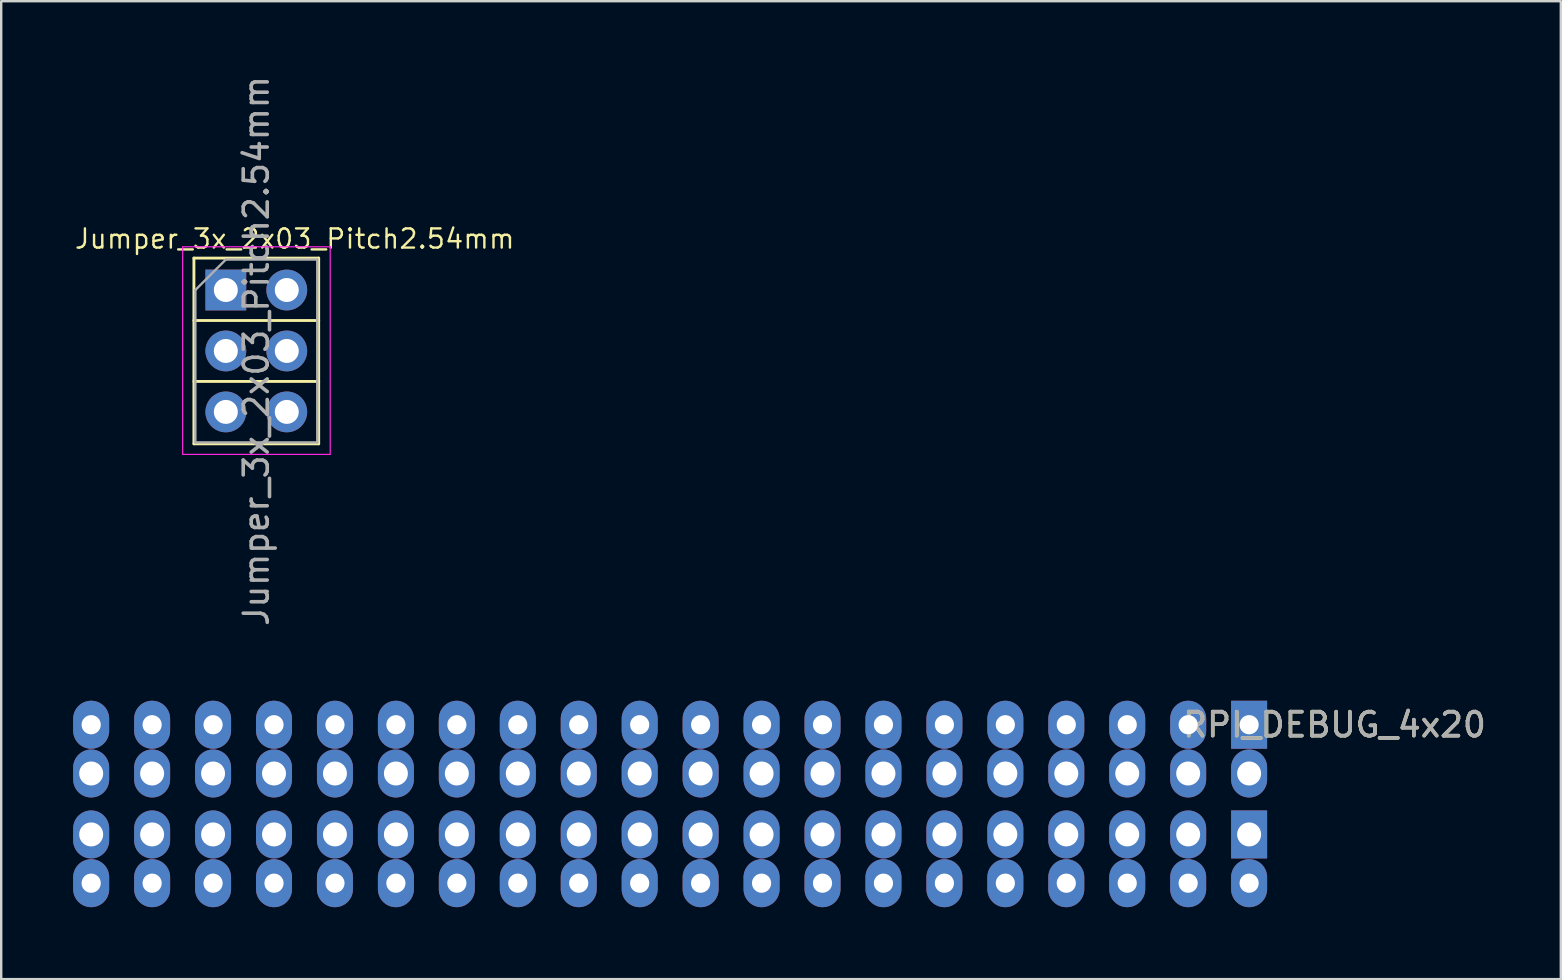
<source format=kicad_pcb>
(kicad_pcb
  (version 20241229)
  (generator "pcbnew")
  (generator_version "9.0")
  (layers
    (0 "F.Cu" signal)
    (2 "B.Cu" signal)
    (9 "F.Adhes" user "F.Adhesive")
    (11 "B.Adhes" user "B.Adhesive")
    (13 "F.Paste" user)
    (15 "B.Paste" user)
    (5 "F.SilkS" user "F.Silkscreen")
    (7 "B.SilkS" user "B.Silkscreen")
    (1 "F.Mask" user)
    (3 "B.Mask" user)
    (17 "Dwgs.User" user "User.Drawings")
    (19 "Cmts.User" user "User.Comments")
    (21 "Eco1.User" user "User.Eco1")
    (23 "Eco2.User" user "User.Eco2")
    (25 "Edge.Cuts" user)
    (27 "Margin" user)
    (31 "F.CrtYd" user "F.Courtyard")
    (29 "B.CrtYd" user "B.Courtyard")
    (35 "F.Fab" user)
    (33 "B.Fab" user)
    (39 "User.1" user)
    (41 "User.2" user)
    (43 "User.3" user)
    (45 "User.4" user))
  (footprint "RPI_DEBUG_4x20"
    (layer "F.Cu")
    (at 49.01 29.187)
    (property "Reference" "RPI_DEBUG_4x20" (at 3.556 -2.032 0) (layer "F.SilkS") (effects (font (size 1 1) (thickness 0.15))))
    (attr through_hole)
    (fp_text user "${REFERENCE}" (at 3.556 -2.032 0) (layer "F.Fab") (effects (font (size 1 1) (thickness 0.15))))
    (pad "1" thru_hole rect (at 0 -2.032) (size 1.5 2) (drill 0.8) (layers "*.Cu" "*.Mask"))
    (pad "1" thru_hole oval (at 0 0) (size 1.5 2) (drill 1) (layers "*.Cu" "*.Mask"))
    (pad "2" thru_hole rect (at 0 2.54) (size 1.5 2) (drill 1) (layers "*.Cu" "*.Mask"))
    (pad "2" thru_hole oval (at 0 4.572) (size 1.5 2) (drill 0.8) (layers "*.Cu" "*.Mask"))
    (pad "3" thru_hole oval (at -2.54 -2.032) (size 1.5 2) (drill 0.8) (layers "*.Cu" "*.Mask"))
    (pad "3" thru_hole oval (at -2.54 0) (size 1.5 2) (drill 1) (layers "*.Cu" "*.Mask"))
    (pad "4" thru_hole oval (at -2.54 2.54) (size 1.5 2) (drill 1) (layers "*.Cu" "*.Mask"))
    (pad "4" thru_hole oval (at -2.54 4.572) (size 1.5 2) (drill 0.8) (layers "*.Cu" "*.Mask"))
    (pad "5" thru_hole oval (at -5.08 -2.032) (size 1.5 2) (drill 0.8) (layers "*.Cu" "*.Mask"))
    (pad "5" thru_hole oval (at -5.08 0) (size 1.5 2) (drill 1) (layers "*.Cu" "*.Mask"))
    (pad "6" thru_hole oval (at -5.08 2.54) (size 1.5 2) (drill 1) (layers "*.Cu" "*.Mask"))
    (pad "6" thru_hole oval (at -5.08 4.572) (size 1.5 2) (drill 0.8) (layers "*.Cu" "*.Mask"))
    (pad "7" thru_hole oval (at -7.62 -2.032) (size 1.5 2) (drill 0.8) (layers "*.Cu" "*.Mask"))
    (pad "7" thru_hole oval (at -7.62 0) (size 1.5 2) (drill 1) (layers "*.Cu" "*.Mask"))
    (pad "8" thru_hole oval (at -7.62 2.54) (size 1.5 2) (drill 1) (layers "*.Cu" "*.Mask"))
    (pad "8" thru_hole oval (at -7.62 4.572) (size 1.5 2) (drill 0.8) (layers "*.Cu" "*.Mask"))
    (pad "9" thru_hole oval (at -10.16 -2.032) (size 1.5 2) (drill 0.8) (layers "*.Cu" "*.Mask"))
    (pad "9" thru_hole oval (at -10.16 0) (size 1.5 2) (drill 1) (layers "*.Cu" "*.Mask"))
    (pad "10" thru_hole oval (at -10.16 2.54) (size 1.5 2) (drill 1) (layers "*.Cu" "*.Mask"))
    (pad "10" thru_hole oval (at -10.16 4.572) (size 1.5 2) (drill 0.8) (layers "*.Cu" "*.Mask"))
    (pad "11" thru_hole oval (at -12.7 -2.032) (size 1.5 2) (drill 0.8) (layers "*.Cu" "*.Mask"))
    (pad "11" thru_hole oval (at -12.7 0) (size 1.5 2) (drill 1) (layers "*.Cu" "*.Mask"))
    (pad "12" thru_hole oval (at -12.7 2.54) (size 1.5 2) (drill 1) (layers "*.Cu" "*.Mask"))
    (pad "12" thru_hole oval (at -12.7 4.572) (size 1.5 2) (drill 0.8) (layers "*.Cu" "*.Mask"))
    (pad "13" thru_hole oval (at -15.24 -2.032) (size 1.5 2) (drill 0.8) (layers "*.Cu" "*.Mask"))
    (pad "13" thru_hole oval (at -15.24 0) (size 1.5 2) (drill 1) (layers "*.Cu" "*.Mask"))
    (pad "14" thru_hole oval (at -15.24 2.54) (size 1.5 2) (drill 1) (layers "*.Cu" "*.Mask"))
    (pad "14" thru_hole oval (at -15.24 4.572) (size 1.5 2) (drill 0.8) (layers "*.Cu" "*.Mask"))
    (pad "15" thru_hole oval (at -17.78 -2.032) (size 1.5 2) (drill 0.8) (layers "*.Cu" "*.Mask"))
    (pad "15" thru_hole oval (at -17.78 0) (size 1.5 2) (drill 1) (layers "*.Cu" "*.Mask"))
    (pad "16" thru_hole oval (at -17.78 2.54) (size 1.5 2) (drill 1) (layers "*.Cu" "*.Mask"))
    (pad "16" thru_hole oval (at -17.78 4.572) (size 1.5 2) (drill 0.8) (layers "*.Cu" "*.Mask"))
    (pad "17" thru_hole oval (at -20.32 -2.032) (size 1.5 2) (drill 0.8) (layers "*.Cu" "*.Mask"))
    (pad "17" thru_hole oval (at -20.32 0) (size 1.5 2) (drill 1) (layers "*.Cu" "*.Mask"))
    (pad "18" thru_hole oval (at -20.32 2.54) (size 1.5 2) (drill 1) (layers "*.Cu" "*.Mask"))
    (pad "18" thru_hole oval (at -20.32 4.572) (size 1.5 2) (drill 0.8) (layers "*.Cu" "*.Mask"))
    (pad "19" thru_hole oval (at -22.86 -2.032) (size 1.5 2) (drill 0.8) (layers "*.Cu" "*.Mask"))
    (pad "19" thru_hole oval (at -22.86 0) (size 1.5 2) (drill 1) (layers "*.Cu" "*.Mask"))
    (pad "20" thru_hole oval (at -22.86 2.54) (size 1.5 2) (drill 1) (layers "*.Cu" "*.Mask"))
    (pad "20" thru_hole oval (at -22.86 4.572) (size 1.5 2) (drill 0.8) (layers "*.Cu" "*.Mask"))
    (pad "21" thru_hole oval (at -25.4 -2.032) (size 1.5 2) (drill 0.8) (layers "*.Cu" "*.Mask"))
    (pad "21" thru_hole oval (at -25.4 0) (size 1.5 2) (drill 1) (layers "*.Cu" "*.Mask"))
    (pad "22" thru_hole oval (at -25.4 2.54) (size 1.5 2) (drill 1) (layers "*.Cu" "*.Mask"))
    (pad "22" thru_hole oval (at -25.4 4.572) (size 1.5 2) (drill 0.8) (layers "*.Cu" "*.Mask"))
    (pad "23" thru_hole oval (at -27.94 -2.032) (size 1.5 2) (drill 0.8) (layers "*.Cu" "*.Mask"))
    (pad "23" thru_hole oval (at -27.94 0) (size 1.5 2) (drill 1) (layers "*.Cu" "*.Mask"))
    (pad "24" thru_hole oval (at -27.94 2.54) (size 1.5 2) (drill 1) (layers "*.Cu" "*.Mask"))
    (pad "24" thru_hole oval (at -27.94 4.572) (size 1.5 2) (drill 0.8) (layers "*.Cu" "*.Mask"))
    (pad "25" thru_hole oval (at -30.48 -2.032) (size 1.5 2) (drill 0.8) (layers "*.Cu" "*.Mask"))
    (pad "25" thru_hole oval (at -30.48 0) (size 1.5 2) (drill 1) (layers "*.Cu" "*.Mask"))
    (pad "26" thru_hole oval (at -30.48 2.54) (size 1.5 2) (drill 1) (layers "*.Cu" "*.Mask"))
    (pad "26" thru_hole oval (at -30.48 4.572) (size 1.5 2) (drill 0.8) (layers "*.Cu" "*.Mask"))
    (pad "27" thru_hole oval (at -33.02 -2.032) (size 1.5 2) (drill 0.8) (layers "*.Cu" "*.Mask"))
    (pad "27" thru_hole oval (at -33.02 0) (size 1.5 2) (drill 1) (layers "*.Cu" "*.Mask"))
    (pad "28" thru_hole oval (at -33.02 2.54) (size 1.5 2) (drill 1) (layers "*.Cu" "*.Mask"))
    (pad "28" thru_hole oval (at -33.02 4.572) (size 1.5 2) (drill 0.8) (layers "*.Cu" "*.Mask"))
    (pad "29" thru_hole oval (at -35.56 -2.032) (size 1.5 2) (drill 0.8) (layers "*.Cu" "*.Mask"))
    (pad "29" thru_hole oval (at -35.56 0) (size 1.5 2) (drill 1) (layers "*.Cu" "*.Mask"))
    (pad "30" thru_hole oval (at -35.56 2.54) (size 1.5 2) (drill 1) (layers "*.Cu" "*.Mask"))
    (pad "30" thru_hole oval (at -35.56 4.572) (size 1.5 2) (drill 0.8) (layers "*.Cu" "*.Mask"))
    (pad "31" thru_hole oval (at -38.1 -2.032) (size 1.5 2) (drill 0.8) (layers "*.Cu" "*.Mask"))
    (pad "31" thru_hole oval (at -38.1 0) (size 1.5 2) (drill 1) (layers "*.Cu" "*.Mask"))
    (pad "32" thru_hole oval (at -38.1 2.54) (size 1.5 2) (drill 1) (layers "*.Cu" "*.Mask"))
    (pad "32" thru_hole oval (at -38.1 4.572) (size 1.5 2) (drill 0.8) (layers "*.Cu" "*.Mask"))
    (pad "33" thru_hole oval (at -40.64 -2.032) (size 1.5 2) (drill 0.8) (layers "*.Cu" "*.Mask"))
    (pad "33" thru_hole oval (at -40.64 0) (size 1.5 2) (drill 1) (layers "*.Cu" "*.Mask"))
    (pad "34" thru_hole oval (at -40.64 2.54) (size 1.5 2) (drill 1) (layers "*.Cu" "*.Mask"))
    (pad "34" thru_hole oval (at -40.64 4.572) (size 1.5 2) (drill 0.8) (layers "*.Cu" "*.Mask"))
    (pad "35" thru_hole oval (at -43.18 -2.032) (size 1.5 2) (drill 0.8) (layers "*.Cu" "*.Mask"))
    (pad "35" thru_hole oval (at -43.18 0) (size 1.5 2) (drill 1) (layers "*.Cu" "*.Mask"))
    (pad "36" thru_hole oval (at -43.18 2.54) (size 1.5 2) (drill 1) (layers "*.Cu" "*.Mask"))
    (pad "36" thru_hole oval (at -43.18 4.572) (size 1.5 2) (drill 0.8) (layers "*.Cu" "*.Mask"))
    (pad "37" thru_hole oval (at -45.72 -2.032) (size 1.5 2) (drill 0.8) (layers "*.Cu" "*.Mask"))
    (pad "37" thru_hole oval (at -45.72 0) (size 1.5 2) (drill 1) (layers "*.Cu" "*.Mask"))
    (pad "38" thru_hole oval (at -45.72 2.54) (size 1.5 2) (drill 1) (layers "*.Cu" "*.Mask"))
    (pad "38" thru_hole oval (at -45.72 4.572) (size 1.5 2) (drill 0.8) (layers "*.Cu" "*.Mask"))
    (pad "39" thru_hole oval (at -48.26 -2.032) (size 1.5 2) (drill 0.8) (layers "*.Cu" "*.Mask"))
    (pad "39" thru_hole oval (at -48.26 0) (size 1.5 2) (drill 1) (layers "*.Cu" "*.Mask"))
    (pad "40" thru_hole oval (at -48.26 2.54) (size 1.5 2) (drill 1) (layers "*.Cu" "*.Mask"))
    (pad "40" thru_hole oval (at -48.26 4.572) (size 1.5 2) (drill 0.8) (layers "*.Cu" "*.Mask")))
  (footprint "Jumper_3x_2x03_Pitch2.54mm"
    (layer "F.Cu")
    (at 6.362 9.037)
    (property "Reference" "Jumper_3x_2x03_Pitch2.54mm" (at 2.87 -2.134 0) (layer "F.SilkS") (effects (font (size 0.8 0.8) (thickness 0.1))))
    (attr through_hole)
    (fp_line (start -1.33 -1.33) (end -1.33 6.41) (stroke (width 0.12) (type solid)) (layer "F.SilkS"))
    (fp_line (start -1.33 -1.33) (end 3.87 -1.33) (stroke (width 0.12) (type solid)) (layer "F.SilkS"))
    (fp_line (start -1.33 1.27) (end 3.87 1.27) (stroke (width 0.12) (type solid)) (layer "F.SilkS"))
    (fp_line (start -1.33 3.81) (end 3.87 3.81) (stroke (width 0.12) (type solid)) (layer "F.SilkS"))
    (fp_line (start -1.33 6.41) (end 3.87 6.41) (stroke (width 0.12) (type solid)) (layer "F.SilkS"))
    (fp_line (start 3.87 -1.33) (end 3.87 6.41) (stroke (width 0.12) (type solid)) (layer "F.SilkS"))
    (fp_line (start -1.8 -1.8) (end -1.8 6.85) (stroke (width 0.05) (type solid)) (layer "F.CrtYd"))
    (fp_line (start -1.8 6.85) (end 4.35 6.85) (stroke (width 0.05) (type solid)) (layer "F.CrtYd"))
    (fp_line (start 4.35 -1.8) (end -1.8 -1.8) (stroke (width 0.05) (type solid)) (layer "F.CrtYd"))
    (fp_line (start 4.35 6.85) (end 4.35 -1.8) (stroke (width 0.05) (type solid)) (layer "F.CrtYd"))
    (fp_line (start -1.27 0) (end 0 -1.27) (stroke (width 0.1) (type solid)) (layer "F.Fab"))
    (fp_line (start -1.27 6.35) (end -1.27 0) (stroke (width 0.1) (type solid)) (layer "F.Fab"))
    (fp_line (start 0 -1.27) (end 3.81 -1.27) (stroke (width 0.1) (type solid)) (layer "F.Fab"))
    (fp_line (start 3.81 -1.27) (end 3.81 6.35) (stroke (width 0.1) (type solid)) (layer "F.Fab"))
    (fp_line (start 3.81 6.35) (end -1.27 6.35) (stroke (width 0.1) (type solid)) (layer "F.Fab"))
    (fp_text user "${REFERENCE}" (at 1.27 2.54 90) (layer "F.Fab") (effects (font (size 1 1) (thickness 0.15))))
    (pad "1" thru_hole rect (at 0 0) (size 1.7 1.7) (drill 1) (layers "*.Cu" "*.Mask"))
    (pad "2" thru_hole oval (at 2.54 0) (size 1.7 1.7) (drill 1) (layers "*.Cu" "*.Mask"))
    (pad "3" thru_hole oval (at 0 2.54) (size 1.7 1.7) (drill 1) (layers "*.Cu" "*.Mask"))
    (pad "4" thru_hole oval (at 2.54 2.54) (size 1.7 1.7) (drill 1) (layers "*.Cu" "*.Mask"))
    (pad "5" thru_hole oval (at 0 5.08) (size 1.7 1.7) (drill 1) (layers "*.Cu" "*.Mask"))
    (pad "6" thru_hole oval (at 2.54 5.08) (size 1.7 1.7) (drill 1) (layers "*.Cu" "*.Mask")))
  (gr_rect
    (start -3 -3)
    (end 62.001 37.759)
    (stroke (width 0.1) (type default))
    (fill no)
    (layer "Edge.Cuts")))
</source>
